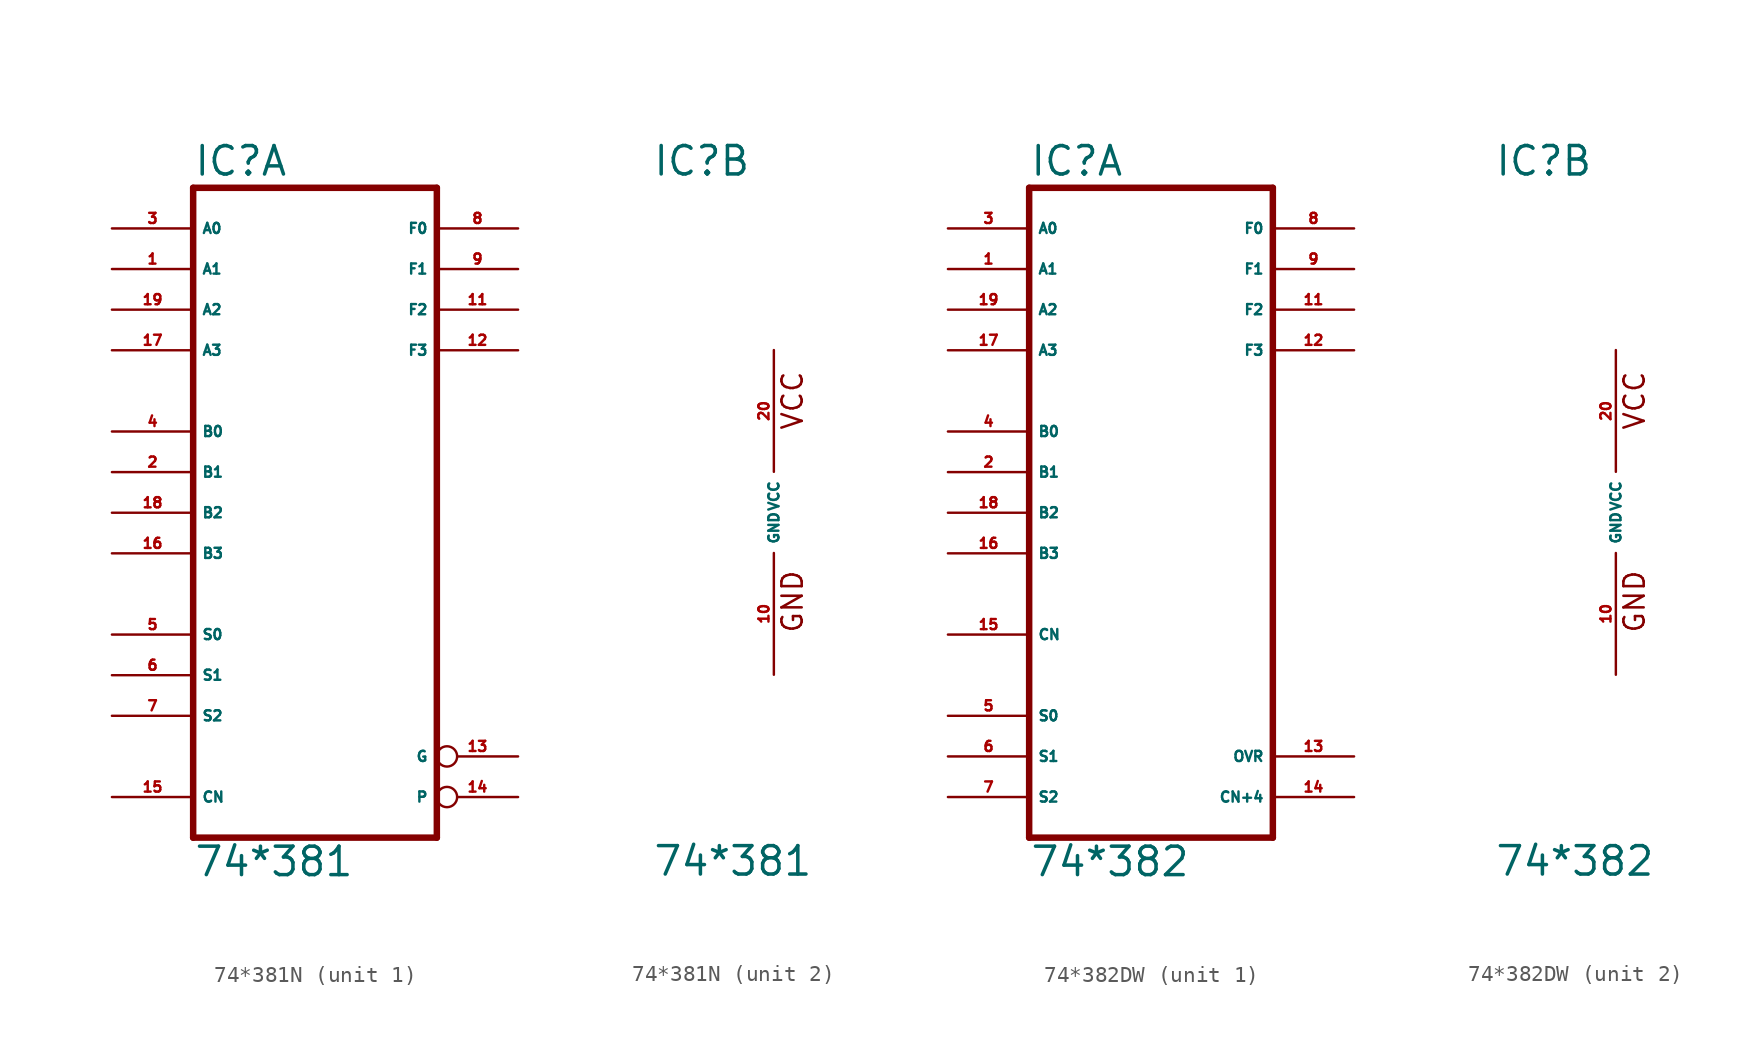
<source format=kicad_sym>
(kicad_symbol_lib
  (version 20220914)
  (generator Eagle2Kicad)
  (symbol "74*381N"
    (property "Reference" "IC"
      (at -7.62 20.955 0)
      (effects (font (size 1.778 1.778) (thickness 0.22)) (justify left bottom)))
    (property "Value" "74*381"
      (at -7.62 -22.86 0)
      (effects (font (size 1.778 1.778) (thickness 0.22)) (justify left bottom)))
    (symbol "74*381N_1_0"
      (polyline (pts (xy -7.62 -20.32) (xy 7.62 -20.32)) (stroke (width 0.406) (type default)) (fill (type none)))
      (polyline (pts (xy 7.62 -20.32) (xy 7.62 20.32)) (stroke (width 0.406) (type default)) (fill (type none)))
      (polyline (pts (xy 7.62 20.32) (xy -7.62 20.32)) (stroke (width 0.406) (type default)) (fill (type none)))
      (polyline (pts (xy -7.62 20.32) (xy -7.62 -20.32)) (stroke (width 0.406) (type default)) (fill (type none)))
      (pin input line (at -12.7 15.24 0) (length 5.08) (name "A1" (effects (font (size 0.635 0.635) (thickness 0.08)) (justify left bottom))) (number "1" (effects (font (size 0.635 0.635) (thickness 0.08)) (justify left bottom))))
      (pin input line (at -12.7 2.54 0) (length 5.08) (name "B1" (effects (font (size 0.635 0.635) (thickness 0.08)) (justify left bottom))) (number "2" (effects (font (size 0.635 0.635) (thickness 0.08)) (justify left bottom))))
      (pin input line (at -12.7 17.78 0) (length 5.08) (name "A0" (effects (font (size 0.635 0.635) (thickness 0.08)) (justify left bottom))) (number "3" (effects (font (size 0.635 0.635) (thickness 0.08)) (justify left bottom))))
      (pin input line (at -12.7 5.08 0) (length 5.08) (name "B0" (effects (font (size 0.635 0.635) (thickness 0.08)) (justify left bottom))) (number "4" (effects (font (size 0.635 0.635) (thickness 0.08)) (justify left bottom))))
      (pin input line (at -12.7 -7.62 0) (length 5.08) (name "S0" (effects (font (size 0.635 0.635) (thickness 0.08)) (justify left bottom))) (number "5" (effects (font (size 0.635 0.635) (thickness 0.08)) (justify left bottom))))
      (pin input line (at -12.7 -10.16 0) (length 5.08) (name "S1" (effects (font (size 0.635 0.635) (thickness 0.08)) (justify left bottom))) (number "6" (effects (font (size 0.635 0.635) (thickness 0.08)) (justify left bottom))))
      (pin input line (at -12.7 -12.7 0) (length 5.08) (name "S2" (effects (font (size 0.635 0.635) (thickness 0.08)) (justify left bottom))) (number "7" (effects (font (size 0.635 0.635) (thickness 0.08)) (justify left bottom))))
      (pin output line (at 12.7 17.78 180) (length 5.08) (name "F0" (effects (font (size 0.635 0.635) (thickness 0.08)) (justify left bottom))) (number "8" (effects (font (size 0.635 0.635) (thickness 0.08)) (justify left bottom))))
      (pin output line (at 12.7 15.24 180) (length 5.08) (name "F1" (effects (font (size 0.635 0.635) (thickness 0.08)) (justify left bottom))) (number "9" (effects (font (size 0.635 0.635) (thickness 0.08)) (justify left bottom))))
      (pin output line (at 12.7 12.7 180) (length 5.08) (name "F2" (effects (font (size 0.635 0.635) (thickness 0.08)) (justify left bottom))) (number "11" (effects (font (size 0.635 0.635) (thickness 0.08)) (justify left bottom))))
      (pin output line (at 12.7 10.16 180) (length 5.08) (name "F3" (effects (font (size 0.635 0.635) (thickness 0.08)) (justify left bottom))) (number "12" (effects (font (size 0.635 0.635) (thickness 0.08)) (justify left bottom))))
      (pin output inverted (at 12.7 -15.24 180) (length 5.08) (name "G" (effects (font (size 0.635 0.635) (thickness 0.08)) (justify left bottom))) (number "13" (effects (font (size 0.635 0.635) (thickness 0.08)) (justify left bottom))))
      (pin output inverted (at 12.7 -17.78 180) (length 5.08) (name "P" (effects (font (size 0.635 0.635) (thickness 0.08)) (justify left bottom))) (number "14" (effects (font (size 0.635 0.635) (thickness 0.08)) (justify left bottom))))
      (pin input line (at -12.7 -17.78 0) (length 5.08) (name "CN" (effects (font (size 0.635 0.635) (thickness 0.08)) (justify left bottom))) (number "15" (effects (font (size 0.635 0.635) (thickness 0.08)) (justify left bottom))))
      (pin input line (at -12.7 -2.54 0) (length 5.08) (name "B3" (effects (font (size 0.635 0.635) (thickness 0.08)) (justify left bottom))) (number "16" (effects (font (size 0.635 0.635) (thickness 0.08)) (justify left bottom))))
      (pin input line (at -12.7 10.16 0) (length 5.08) (name "A3" (effects (font (size 0.635 0.635) (thickness 0.08)) (justify left bottom))) (number "17" (effects (font (size 0.635 0.635) (thickness 0.08)) (justify left bottom))))
      (pin input line (at -12.7 0 0) (length 5.08) (name "B2" (effects (font (size 0.635 0.635) (thickness 0.08)) (justify left bottom))) (number "18" (effects (font (size 0.635 0.635) (thickness 0.08)) (justify left bottom))))
      (pin input line (at -12.7 12.7 0) (length 5.08) (name "A2" (effects (font (size 0.635 0.635) (thickness 0.08)) (justify left bottom))) (number "19" (effects (font (size 0.635 0.635) (thickness 0.08)) (justify left bottom)))))
    (symbol "74*381N_2_0"
      (text "GND" (at 1.905 -7.62 900) (effects (font (size 1.27 1.27) (thickness 0.16)) (justify left bottom)))
      (text "VCC" (at 1.905 5.08 900) (effects (font (size 1.27 1.27) (thickness 0.16)) (justify left bottom)))
      (pin unspecified line (at 0 -10.16 90) (length 7.62) (name "GND" (effects (font (size 0.635 0.635) (thickness 0.08)) (justify left bottom))) (number "10" (effects (font (size 0.635 0.635) (thickness 0.08)) (justify left bottom))))
      (pin unspecified line (at 0 10.16 270) (length 7.62) (name "VCC" (effects (font (size 0.635 0.635) (thickness 0.08)) (justify left bottom))) (number "20" (effects (font (size 0.635 0.635) (thickness 0.08)) (justify left bottom))))))
  (symbol "74*382DW"
    (property "Reference" "IC"
      (at -7.62 20.955 0)
      (effects (font (size 1.778 1.778) (thickness 0.22)) (justify left bottom)))
    (property "Value" "74*382"
      (at -7.62 -22.86 0)
      (effects (font (size 1.778 1.778) (thickness 0.22)) (justify left bottom)))
    (symbol "74*382DW_1_0"
      (polyline (pts (xy -7.62 -20.32) (xy 7.62 -20.32)) (stroke (width 0.406) (type default)) (fill (type none)))
      (polyline (pts (xy 7.62 -20.32) (xy 7.62 20.32)) (stroke (width 0.406) (type default)) (fill (type none)))
      (polyline (pts (xy 7.62 20.32) (xy -7.62 20.32)) (stroke (width 0.406) (type default)) (fill (type none)))
      (polyline (pts (xy -7.62 20.32) (xy -7.62 -20.32)) (stroke (width 0.406) (type default)) (fill (type none)))
      (pin input line (at -12.7 15.24 0) (length 5.08) (name "A1" (effects (font (size 0.635 0.635) (thickness 0.08)) (justify left bottom))) (number "1" (effects (font (size 0.635 0.635) (thickness 0.08)) (justify left bottom))))
      (pin input line (at -12.7 2.54 0) (length 5.08) (name "B1" (effects (font (size 0.635 0.635) (thickness 0.08)) (justify left bottom))) (number "2" (effects (font (size 0.635 0.635) (thickness 0.08)) (justify left bottom))))
      (pin input line (at -12.7 17.78 0) (length 5.08) (name "A0" (effects (font (size 0.635 0.635) (thickness 0.08)) (justify left bottom))) (number "3" (effects (font (size 0.635 0.635) (thickness 0.08)) (justify left bottom))))
      (pin input line (at -12.7 5.08 0) (length 5.08) (name "B0" (effects (font (size 0.635 0.635) (thickness 0.08)) (justify left bottom))) (number "4" (effects (font (size 0.635 0.635) (thickness 0.08)) (justify left bottom))))
      (pin input line (at -12.7 -12.7 0) (length 5.08) (name "S0" (effects (font (size 0.635 0.635) (thickness 0.08)) (justify left bottom))) (number "5" (effects (font (size 0.635 0.635) (thickness 0.08)) (justify left bottom))))
      (pin input line (at -12.7 -15.24 0) (length 5.08) (name "S1" (effects (font (size 0.635 0.635) (thickness 0.08)) (justify left bottom))) (number "6" (effects (font (size 0.635 0.635) (thickness 0.08)) (justify left bottom))))
      (pin input line (at -12.7 -17.78 0) (length 5.08) (name "S2" (effects (font (size 0.635 0.635) (thickness 0.08)) (justify left bottom))) (number "7" (effects (font (size 0.635 0.635) (thickness 0.08)) (justify left bottom))))
      (pin output line (at 12.7 17.78 180) (length 5.08) (name "F0" (effects (font (size 0.635 0.635) (thickness 0.08)) (justify left bottom))) (number "8" (effects (font (size 0.635 0.635) (thickness 0.08)) (justify left bottom))))
      (pin output line (at 12.7 15.24 180) (length 5.08) (name "F1" (effects (font (size 0.635 0.635) (thickness 0.08)) (justify left bottom))) (number "9" (effects (font (size 0.635 0.635) (thickness 0.08)) (justify left bottom))))
      (pin output line (at 12.7 12.7 180) (length 5.08) (name "F2" (effects (font (size 0.635 0.635) (thickness 0.08)) (justify left bottom))) (number "11" (effects (font (size 0.635 0.635) (thickness 0.08)) (justify left bottom))))
      (pin output line (at 12.7 10.16 180) (length 5.08) (name "F3" (effects (font (size 0.635 0.635) (thickness 0.08)) (justify left bottom))) (number "12" (effects (font (size 0.635 0.635) (thickness 0.08)) (justify left bottom))))
      (pin output line (at 12.7 -15.24 180) (length 5.08) (name "OVR" (effects (font (size 0.635 0.635) (thickness 0.08)) (justify left bottom))) (number "13" (effects (font (size 0.635 0.635) (thickness 0.08)) (justify left bottom))))
      (pin output line (at 12.7 -17.78 180) (length 5.08) (name "CN+4" (effects (font (size 0.635 0.635) (thickness 0.08)) (justify left bottom))) (number "14" (effects (font (size 0.635 0.635) (thickness 0.08)) (justify left bottom))))
      (pin input line (at -12.7 -7.62 0) (length 5.08) (name "CN" (effects (font (size 0.635 0.635) (thickness 0.08)) (justify left bottom))) (number "15" (effects (font (size 0.635 0.635) (thickness 0.08)) (justify left bottom))))
      (pin input line (at -12.7 -2.54 0) (length 5.08) (name "B3" (effects (font (size 0.635 0.635) (thickness 0.08)) (justify left bottom))) (number "16" (effects (font (size 0.635 0.635) (thickness 0.08)) (justify left bottom))))
      (pin input line (at -12.7 10.16 0) (length 5.08) (name "A3" (effects (font (size 0.635 0.635) (thickness 0.08)) (justify left bottom))) (number "17" (effects (font (size 0.635 0.635) (thickness 0.08)) (justify left bottom))))
      (pin input line (at -12.7 0 0) (length 5.08) (name "B2" (effects (font (size 0.635 0.635) (thickness 0.08)) (justify left bottom))) (number "18" (effects (font (size 0.635 0.635) (thickness 0.08)) (justify left bottom))))
      (pin input line (at -12.7 12.7 0) (length 5.08) (name "A2" (effects (font (size 0.635 0.635) (thickness 0.08)) (justify left bottom))) (number "19" (effects (font (size 0.635 0.635) (thickness 0.08)) (justify left bottom)))))
    (symbol "74*382DW_2_0"
      (text "GND" (at 1.905 -7.62 900) (effects (font (size 1.27 1.27) (thickness 0.16)) (justify left bottom)))
      (text "VCC" (at 1.905 5.08 900) (effects (font (size 1.27 1.27) (thickness 0.16)) (justify left bottom)))
      (pin unspecified line (at 0 -10.16 90) (length 7.62) (name "GND" (effects (font (size 0.635 0.635) (thickness 0.08)) (justify left bottom))) (number "10" (effects (font (size 0.635 0.635) (thickness 0.08)) (justify left bottom))))
      (pin unspecified line (at 0 10.16 270) (length 7.62) (name "VCC" (effects (font (size 0.635 0.635) (thickness 0.08)) (justify left bottom))) (number "20" (effects (font (size 0.635 0.635) (thickness 0.08)) (justify left bottom)))))))
</source>
